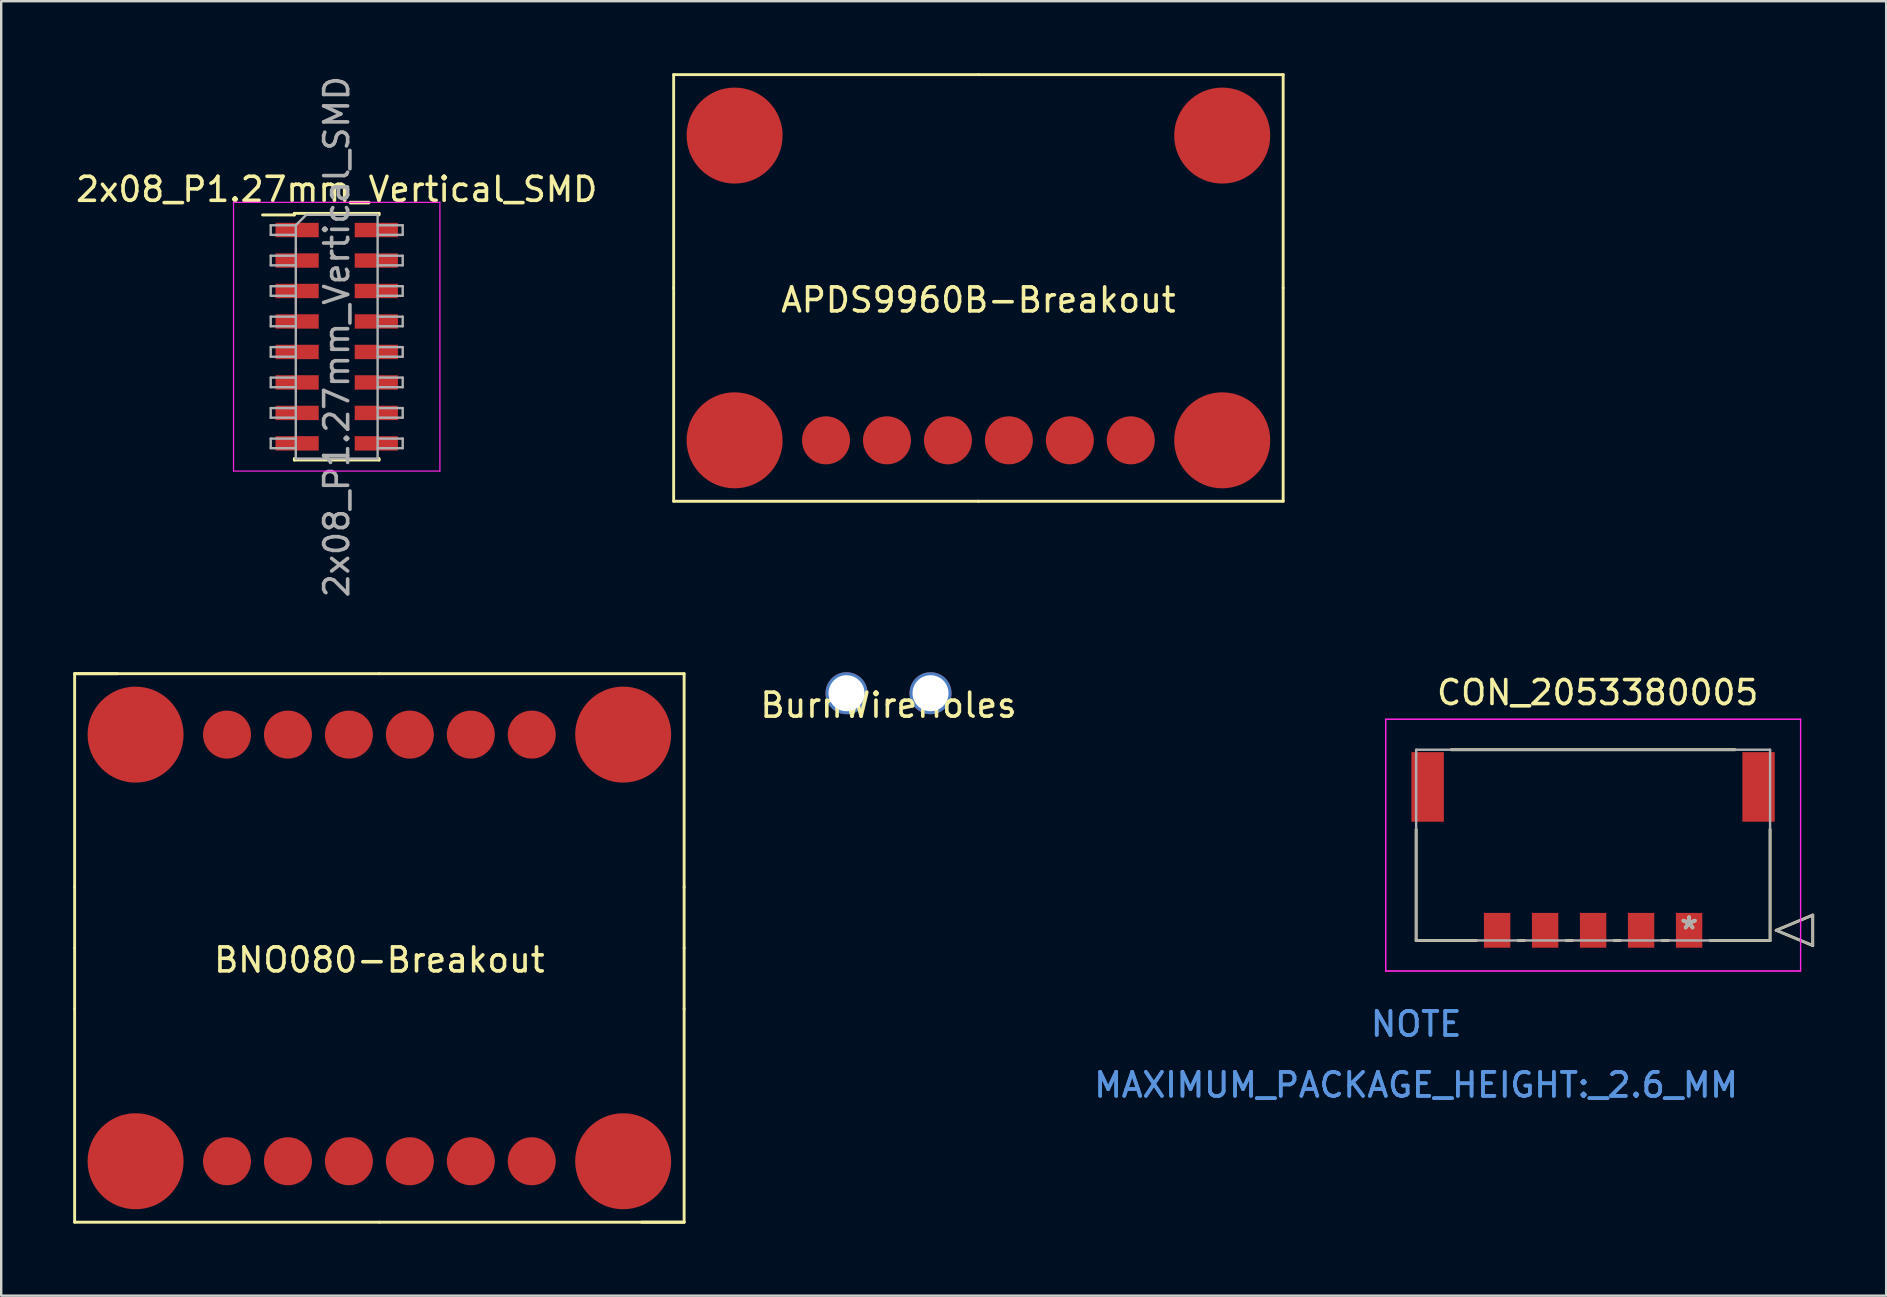
<source format=kicad_pcb>
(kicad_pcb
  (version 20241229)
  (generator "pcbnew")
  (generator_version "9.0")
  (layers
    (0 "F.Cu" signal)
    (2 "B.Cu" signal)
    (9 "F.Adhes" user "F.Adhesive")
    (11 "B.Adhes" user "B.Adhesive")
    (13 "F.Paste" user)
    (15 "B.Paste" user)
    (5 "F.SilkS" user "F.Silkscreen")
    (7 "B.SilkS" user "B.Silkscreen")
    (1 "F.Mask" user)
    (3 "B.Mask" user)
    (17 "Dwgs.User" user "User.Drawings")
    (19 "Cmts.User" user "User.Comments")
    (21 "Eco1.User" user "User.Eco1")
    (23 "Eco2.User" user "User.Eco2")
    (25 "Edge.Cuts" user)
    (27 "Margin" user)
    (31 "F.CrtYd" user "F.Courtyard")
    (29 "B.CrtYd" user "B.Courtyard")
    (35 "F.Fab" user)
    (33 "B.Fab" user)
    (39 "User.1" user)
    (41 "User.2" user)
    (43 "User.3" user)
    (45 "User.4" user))
  (footprint "BurnWireHoles"
    (layer "F.Cu")
    (at 33.978 25.839)
    (property "Reference" "BurnWireHoles" (at 0 0.5 0) (layer "F.SilkS") (effects (font (size 1 1) (thickness 0.15))))
    (attr through_hole)
    (pad "1" thru_hole circle (at 1.75 0 270) (size 1.75 1.75) (drill 1.5) (layers "*.Cu" "*.Mask"))
    (pad "2" thru_hole circle (at -1.75 0 270) (size 1.75 1.75) (drill 1.5) (layers "*.Cu" "*.Mask")))
  (footprint "CON_2053380005"
    (layer "F.Cu")
    (at 67.341 35.719)
    (property "Reference" "CON_2053380005" (at -3.81 -9.906 0) (layer "F.SilkS") (effects (font (size 1 1) (thickness 0.15))))
    (attr through_hole)
    (fp_line (start -11.375 -4.205) (end -11.375 0.425) (stroke (width 0.12) (type solid)) (layer "F.SilkS"))
    (fp_line (start -11.375 0.425) (end -8.87 0.425) (stroke (width 0.12) (type solid)) (layer "F.SilkS"))
    (fp_line (start -7.13 0.425) (end -6.87 0.425) (stroke (width 0.12) (type solid)) (layer "F.SilkS"))
    (fp_line (start -5.13 0.425) (end -4.87 0.425) (stroke (width 0.12) (type solid)) (layer "F.SilkS"))
    (fp_line (start -3.13 0.425) (end -2.87 0.425) (stroke (width 0.12) (type solid)) (layer "F.SilkS"))
    (fp_line (start -1.13 0.425) (end -0.87 0.425) (stroke (width 0.12) (type solid)) (layer "F.SilkS"))
    (fp_line (start 0.87 0.425) (end 3.375 0.425) (stroke (width 0.12) (type solid)) (layer "F.SilkS"))
    (fp_line (start 1.916 -7.525) (end -9.916 -7.525) (stroke (width 0.12) (type solid)) (layer "F.SilkS"))
    (fp_line (start 3.375 0.425) (end 3.375 -4.205) (stroke (width 0.12) (type solid)) (layer "F.SilkS"))
    (fp_line (start 3.629 0) (end 5.153 -0.635) (stroke (width 0.12) (type solid)) (layer "F.SilkS"))
    (fp_line (start 5.153 -0.635) (end 5.153 0.635) (stroke (width 0.12) (type solid)) (layer "F.SilkS"))
    (fp_line (start 5.153 0.635) (end 3.629 0) (stroke (width 0.12) (type solid)) (layer "F.SilkS"))
    (fp_line (start -12.645 -8.795) (end -12.645 1.695) (stroke (width 0.05) (type solid)) (layer "F.CrtYd"))
    (fp_line (start -12.645 -8.795) (end -12.645 1.695) (stroke (width 0.05) (type solid)) (layer "F.CrtYd"))
    (fp_line (start -12.645 1.695) (end 4.645 1.695) (stroke (width 0.05) (type solid)) (layer "F.CrtYd"))
    (fp_line (start -12.645 1.695) (end 4.645 1.695) (stroke (width 0.05) (type solid)) (layer "F.CrtYd"))
    (fp_line (start 4.645 -8.795) (end -12.645 -8.795) (stroke (width 0.05) (type solid)) (layer "F.CrtYd"))
    (fp_line (start 4.645 -8.795) (end -12.645 -8.795) (stroke (width 0.05) (type solid)) (layer "F.CrtYd"))
    (fp_line (start 4.645 1.695) (end 4.645 -8.795) (stroke (width 0.05) (type solid)) (layer "F.CrtYd"))
    (fp_line (start 4.645 1.695) (end 4.645 -8.795) (stroke (width 0.05) (type solid)) (layer "F.CrtYd"))
    (fp_line (start -11.375 -7.525) (end -11.375 0.425) (stroke (width 0.1) (type solid)) (layer "F.Fab"))
    (fp_line (start -11.375 0.425) (end 3.375 0.425) (stroke (width 0.1) (type solid)) (layer "F.Fab"))
    (fp_line (start 3.375 -7.525) (end -11.375 -7.525) (stroke (width 0.1) (type solid)) (layer "F.Fab"))
    (fp_line (start 3.375 0.425) (end 3.375 -7.525) (stroke (width 0.1) (type solid)) (layer "F.Fab"))
    (fp_line (start 3.629 0) (end 5.153 -0.635) (stroke (width 0.1) (type solid)) (layer "F.Fab"))
    (fp_line (start 5.153 -0.635) (end 5.153 0.635) (stroke (width 0.1) (type solid)) (layer "F.Fab"))
    (fp_line (start 5.153 0.635) (end 3.629 0) (stroke (width 0.1) (type solid)) (layer "F.Fab"))
    (fp_text user "*" (at 0 0 0) (layer "F.SilkS") (effects (font (size 1 1) (thickness 0.15))))
    (fp_text user "MAXIMUM_PACKAGE_HEIGHT:_2.6_MM" (at -11.375 6.445 0) (layer "Cmts.User") (effects (font (size 1 1) (thickness 0.15))))
    (fp_text user "MAXIMUM_PACKAGE_HEIGHT:_2.6_MM" (at -11.375 6.445 0) (layer "Cmts.User") (effects (font (size 1 1) (thickness 0.15))))
    (fp_text user "NOTE" (at -11.375 3.905 0) (layer "Cmts.User") (effects (font (size 1 1) (thickness 0.15))))
    (fp_text user "NOTE" (at -11.375 3.905 0) (layer "Cmts.User") (effects (font (size 1 1) (thickness 0.15))))
    (fp_text user "Copyright 2021 Accelerated Designs. All rights reserved." (at 0 0 0) (layer "Cmts.User") (effects (font (size 0.127 0.127) (thickness 0.002))))
    (fp_text user "*" (at 0 0 0) (layer "F.Fab") (effects (font (size 1 1) (thickness 0.15))))
    (pad "1" smd rect (at 0 0) (size 1.1 1.45) (layers "F.Cu" "F.Mask" "F.Paste"))
    (pad "2" smd rect (at -2 0) (size 1.1 1.45) (layers "F.Cu" "F.Mask" "F.Paste"))
    (pad "3" smd rect (at -4 0) (size 1.1 1.45) (layers "F.Cu" "F.Mask" "F.Paste"))
    (pad "4" smd rect (at -6 0) (size 1.1 1.45) (layers "F.Cu" "F.Mask" "F.Paste"))
    (pad "5" smd rect (at -8 0) (size 1.1 1.45) (layers "F.Cu" "F.Mask" "F.Paste"))
    (pad "6" smd rect (at 2.895 -5.975) (size 1.35 2.9) (layers "F.Cu" "F.Mask" "F.Paste"))
    (pad "7" smd rect (at -10.895 -5.975) (size 1.35 2.9) (layers "F.Cu" "F.Mask" "F.Paste")))
  (footprint "APDS9960B-Breakout"
    (layer "F.Cu")
    (at 37.724 8.95)
    (property "Reference" "APDS9960B-Breakout" (at 0 0.5 0) (layer "F.SilkS") (effects (font (size 1 1) (thickness 0.15))))
    (attr through_hole)
    (fp_line (start -12.7 0) (end -12.7 -8.89) (stroke (width 0.12) (type solid)) (layer "F.SilkS"))
    (fp_line (start -12.7 0) (end -12.7 8.89) (stroke (width 0.12) (type solid)) (layer "F.SilkS"))
    (fp_line (start 0 -8.89) (end -12.7 -8.89) (stroke (width 0.12) (type solid)) (layer "F.SilkS"))
    (fp_line (start 0 -8.89) (end 12.7 -8.89) (stroke (width 0.12) (type solid)) (layer "F.SilkS"))
    (fp_line (start 0 8.89) (end -12.7 8.89) (stroke (width 0.12) (type solid)) (layer "F.SilkS"))
    (fp_line (start 0 8.89) (end 12.7 8.89) (stroke (width 0.12) (type solid)) (layer "F.SilkS"))
    (fp_line (start 12.7 0) (end 12.7 -8.89) (stroke (width 0.12) (type solid)) (layer "F.SilkS"))
    (fp_line (start 12.7 0) (end 12.7 8.89) (stroke (width 0.12) (type solid)) (layer "F.SilkS"))
    (pad "1" smd circle (at -6.35 6.35) (size 2 2) (layers "F.Cu" "F.Mask" "F.Paste"))
    (pad "2" smd circle (at -3.81 6.35) (size 2 2) (layers "F.Cu" "F.Mask" "F.Paste"))
    (pad "3" smd circle (at -1.27 6.35) (size 2 2) (layers "F.Cu" "F.Mask" "F.Paste"))
    (pad "4" smd circle (at 1.27 6.35) (size 2 2) (layers "F.Cu" "F.Mask" "F.Paste"))
    (pad "5" smd circle (at 3.81 6.35) (size 2 2) (layers "F.Cu" "F.Mask" "F.Paste"))
    (pad "6" smd circle (at 6.35 6.35) (size 2 2) (layers "F.Cu" "F.Mask" "F.Paste"))
    (pad "7" smd circle (at -10.16 -6.35 180) (size 4 4) (layers "F.Cu" "F.Mask" "F.Paste"))
    (pad "8" smd circle (at 10.16 -6.35 180) (size 4 4) (layers "F.Cu" "F.Mask" "F.Paste"))
    (pad "9" smd circle (at -10.16 6.35) (size 4 4) (layers "F.Cu" "F.Mask" "F.Paste"))
    (pad "10" smd circle (at 10.16 6.35) (size 4 4) (layers "F.Cu" "F.Mask" "F.Paste")))
  (footprint "BNO080-Breakout"
    (layer "F.Cu")
    (at 12.76 36.454)
    (property "Reference" "BNO080-Breakout" (at 0 0.5 0) (layer "F.SilkS") (effects (font (size 1 1) (thickness 0.15))))
    (attr through_hole)
    (fp_line (start -12.7 -11.43) (end -10.922 -11.43) (stroke (width 0.12) (type solid)) (layer "F.SilkS"))
    (fp_line (start -12.7 -2.54) (end -12.7 -11.43) (stroke (width 0.12) (type solid)) (layer "F.SilkS"))
    (fp_line (start -12.7 -2.54) (end -12.7 0) (stroke (width 0.12) (type solid)) (layer "F.SilkS"))
    (fp_line (start -12.7 2.54) (end -12.7 0) (stroke (width 0.12) (type solid)) (layer "F.SilkS"))
    (fp_line (start -12.7 2.54) (end -12.7 11.43) (stroke (width 0.12) (type solid)) (layer "F.SilkS"))
    (fp_line (start 0 -11.43) (end -12.7 -11.43) (stroke (width 0.12) (type solid)) (layer "F.SilkS"))
    (fp_line (start 0 -11.43) (end 12.7 -11.43) (stroke (width 0.12) (type solid)) (layer "F.SilkS"))
    (fp_line (start 0 11.43) (end -12.7 11.43) (stroke (width 0.12) (type solid)) (layer "F.SilkS"))
    (fp_line (start 0 11.43) (end 12.7 11.43) (stroke (width 0.12) (type solid)) (layer "F.SilkS"))
    (fp_line (start 12.7 -2.54) (end 12.7 -11.43) (stroke (width 0.12) (type solid)) (layer "F.SilkS"))
    (fp_line (start 12.7 -2.54) (end 12.7 0) (stroke (width 0.12) (type solid)) (layer "F.SilkS"))
    (fp_line (start 12.7 2.54) (end 12.7 0) (stroke (width 0.12) (type solid)) (layer "F.SilkS"))
    (fp_line (start 12.7 2.54) (end 12.7 11.43) (stroke (width 0.12) (type solid)) (layer "F.SilkS"))
    (fp_line (start 12.7 11.43) (end 10.922 11.43) (stroke (width 0.12) (type solid)) (layer "F.SilkS"))
    (pad "1" smd circle (at -6.35 8.89) (size 2 2) (layers "F.Cu" "F.Mask" "F.Paste"))
    (pad "2" smd circle (at -3.81 8.89) (size 2 2) (layers "F.Cu" "F.Mask" "F.Paste"))
    (pad "3" smd circle (at -1.27 8.89) (size 2 2) (layers "F.Cu" "F.Mask" "F.Paste"))
    (pad "4" smd circle (at 1.27 8.89) (size 2 2) (layers "F.Cu" "F.Mask" "F.Paste"))
    (pad "5" smd circle (at 3.81 8.89) (size 2 2) (layers "F.Cu" "F.Mask" "F.Paste"))
    (pad "6" smd circle (at 6.35 8.89) (size 2 2) (layers "F.Cu" "F.Mask" "F.Paste"))
    (pad "7" smd circle (at -6.35 -8.89 180) (size 2 2) (layers "F.Cu" "F.Mask" "F.Paste"))
    (pad "8" smd circle (at -3.81 -8.89 180) (size 2 2) (layers "F.Cu" "F.Mask" "F.Paste"))
    (pad "9" smd circle (at -1.27 -8.89 180) (size 2 2) (layers "F.Cu" "F.Mask" "F.Paste"))
    (pad "10" smd circle (at 1.27 -8.89 180) (size 2 2) (layers "F.Cu" "F.Mask" "F.Paste"))
    (pad "11" smd circle (at 3.81 -8.89 180) (size 2 2) (layers "F.Cu" "F.Mask" "F.Paste"))
    (pad "12" smd circle (at 6.35 -8.89 180) (size 2 2) (layers "F.Cu" "F.Mask" "F.Paste"))
    (pad "13" smd circle (at -10.16 8.89) (size 4 4) (layers "F.Cu" "F.Mask" "F.Paste"))
    (pad "14" smd circle (at 10.16 8.89) (size 4 4) (layers "F.Cu" "F.Mask" "F.Paste"))
    (pad "15" smd circle (at -10.16 -8.89 180) (size 4 4) (layers "F.Cu" "F.Mask" "F.Paste"))
    (pad "16" smd circle (at 10.16 -8.89 180) (size 4 4) (layers "F.Cu" "F.Mask" "F.Paste")))
  (footprint "2x08_P1.27mm_Vertical_SMD"
    (layer "F.Cu")
    (at 10.982 10.982)
    (property "Reference" "2x08_P1.27mm_Vertical_SMD" (at 0 -6.14 0) (layer "F.SilkS") (effects (font (size 1 1) (thickness 0.15))))
    (attr smd)
    (fp_line (start -3.09 -5.075) (end -1.765 -5.075) (stroke (width 0.12) (type solid)) (layer "F.SilkS"))
    (fp_line (start -1.765 -5.14) (end -1.765 -5.075) (stroke (width 0.12) (type solid)) (layer "F.SilkS"))
    (fp_line (start -1.765 -5.14) (end 1.765 -5.14) (stroke (width 0.12) (type solid)) (layer "F.SilkS"))
    (fp_line (start -1.765 5.075) (end -1.765 5.14) (stroke (width 0.12) (type solid)) (layer "F.SilkS"))
    (fp_line (start -1.765 5.14) (end 1.765 5.14) (stroke (width 0.12) (type solid)) (layer "F.SilkS"))
    (fp_line (start 1.765 -5.14) (end 1.765 -5.075) (stroke (width 0.12) (type solid)) (layer "F.SilkS"))
    (fp_line (start 1.765 5.075) (end 1.765 5.14) (stroke (width 0.12) (type solid)) (layer "F.SilkS"))
    (fp_line (start -4.3 -5.6) (end -4.3 5.6) (stroke (width 0.05) (type solid)) (layer "F.CrtYd"))
    (fp_line (start -4.3 5.6) (end 4.3 5.6) (stroke (width 0.05) (type solid)) (layer "F.CrtYd"))
    (fp_line (start 4.3 -5.6) (end -4.3 -5.6) (stroke (width 0.05) (type solid)) (layer "F.CrtYd"))
    (fp_line (start 4.3 5.6) (end 4.3 -5.6) (stroke (width 0.05) (type solid)) (layer "F.CrtYd"))
    (fp_line (start -2.75 -4.645) (end -2.75 -4.245) (stroke (width 0.1) (type solid)) (layer "F.Fab"))
    (fp_line (start -2.75 -4.245) (end -1.705 -4.245) (stroke (width 0.1) (type solid)) (layer "F.Fab"))
    (fp_line (start -2.75 -3.375) (end -2.75 -2.975) (stroke (width 0.1) (type solid)) (layer "F.Fab"))
    (fp_line (start -2.75 -2.975) (end -1.705 -2.975) (stroke (width 0.1) (type solid)) (layer "F.Fab"))
    (fp_line (start -2.75 -2.105) (end -2.75 -1.705) (stroke (width 0.1) (type solid)) (layer "F.Fab"))
    (fp_line (start -2.75 -1.705) (end -1.705 -1.705) (stroke (width 0.1) (type solid)) (layer "F.Fab"))
    (fp_line (start -2.75 -0.835) (end -2.75 -0.435) (stroke (width 0.1) (type solid)) (layer "F.Fab"))
    (fp_line (start -2.75 -0.435) (end -1.705 -0.435) (stroke (width 0.1) (type solid)) (layer "F.Fab"))
    (fp_line (start -2.75 0.435) (end -2.75 0.835) (stroke (width 0.1) (type solid)) (layer "F.Fab"))
    (fp_line (start -2.75 0.835) (end -1.705 0.835) (stroke (width 0.1) (type solid)) (layer "F.Fab"))
    (fp_line (start -2.75 1.705) (end -2.75 2.105) (stroke (width 0.1) (type solid)) (layer "F.Fab"))
    (fp_line (start -2.75 2.105) (end -1.705 2.105) (stroke (width 0.1) (type solid)) (layer "F.Fab"))
    (fp_line (start -2.75 2.975) (end -2.75 3.375) (stroke (width 0.1) (type solid)) (layer "F.Fab"))
    (fp_line (start -2.75 3.375) (end -1.705 3.375) (stroke (width 0.1) (type solid)) (layer "F.Fab"))
    (fp_line (start -2.75 4.245) (end -2.75 4.645) (stroke (width 0.1) (type solid)) (layer "F.Fab"))
    (fp_line (start -2.75 4.645) (end -1.705 4.645) (stroke (width 0.1) (type solid)) (layer "F.Fab"))
    (fp_line (start -1.705 -4.645) (end -2.75 -4.645) (stroke (width 0.1) (type solid)) (layer "F.Fab"))
    (fp_line (start -1.705 -4.645) (end -1.27 -5.08) (stroke (width 0.1) (type solid)) (layer "F.Fab"))
    (fp_line (start -1.705 -3.375) (end -2.75 -3.375) (stroke (width 0.1) (type solid)) (layer "F.Fab"))
    (fp_line (start -1.705 -2.105) (end -2.75 -2.105) (stroke (width 0.1) (type solid)) (layer "F.Fab"))
    (fp_line (start -1.705 -0.835) (end -2.75 -0.835) (stroke (width 0.1) (type solid)) (layer "F.Fab"))
    (fp_line (start -1.705 0.435) (end -2.75 0.435) (stroke (width 0.1) (type solid)) (layer "F.Fab"))
    (fp_line (start -1.705 1.705) (end -2.75 1.705) (stroke (width 0.1) (type solid)) (layer "F.Fab"))
    (fp_line (start -1.705 2.975) (end -2.75 2.975) (stroke (width 0.1) (type solid)) (layer "F.Fab"))
    (fp_line (start -1.705 4.245) (end -2.75 4.245) (stroke (width 0.1) (type solid)) (layer "F.Fab"))
    (fp_line (start -1.705 5.08) (end -1.705 -4.645) (stroke (width 0.1) (type solid)) (layer "F.Fab"))
    (fp_line (start -1.27 -5.08) (end 1.705 -5.08) (stroke (width 0.1) (type solid)) (layer "F.Fab"))
    (fp_line (start 1.705 -5.08) (end 1.705 5.08) (stroke (width 0.1) (type solid)) (layer "F.Fab"))
    (fp_line (start 1.705 -4.645) (end 2.75 -4.645) (stroke (width 0.1) (type solid)) (layer "F.Fab"))
    (fp_line (start 1.705 -3.375) (end 2.75 -3.375) (stroke (width 0.1) (type solid)) (layer "F.Fab"))
    (fp_line (start 1.705 -2.105) (end 2.75 -2.105) (stroke (width 0.1) (type solid)) (layer "F.Fab"))
    (fp_line (start 1.705 -0.835) (end 2.75 -0.835) (stroke (width 0.1) (type solid)) (layer "F.Fab"))
    (fp_line (start 1.705 0.435) (end 2.75 0.435) (stroke (width 0.1) (type solid)) (layer "F.Fab"))
    (fp_line (start 1.705 1.705) (end 2.75 1.705) (stroke (width 0.1) (type solid)) (layer "F.Fab"))
    (fp_line (start 1.705 2.975) (end 2.75 2.975) (stroke (width 0.1) (type solid)) (layer "F.Fab"))
    (fp_line (start 1.705 4.245) (end 2.75 4.245) (stroke (width 0.1) (type solid)) (layer "F.Fab"))
    (fp_line (start 1.705 5.08) (end -1.705 5.08) (stroke (width 0.1) (type solid)) (layer "F.Fab"))
    (fp_line (start 2.75 -4.645) (end 2.75 -4.245) (stroke (width 0.1) (type solid)) (layer "F.Fab"))
    (fp_line (start 2.75 -4.245) (end 1.705 -4.245) (stroke (width 0.1) (type solid)) (layer "F.Fab"))
    (fp_line (start 2.75 -3.375) (end 2.75 -2.975) (stroke (width 0.1) (type solid)) (layer "F.Fab"))
    (fp_line (start 2.75 -2.975) (end 1.705 -2.975) (stroke (width 0.1) (type solid)) (layer "F.Fab"))
    (fp_line (start 2.75 -2.105) (end 2.75 -1.705) (stroke (width 0.1) (type solid)) (layer "F.Fab"))
    (fp_line (start 2.75 -1.705) (end 1.705 -1.705) (stroke (width 0.1) (type solid)) (layer "F.Fab"))
    (fp_line (start 2.75 -0.835) (end 2.75 -0.435) (stroke (width 0.1) (type solid)) (layer "F.Fab"))
    (fp_line (start 2.75 -0.435) (end 1.705 -0.435) (stroke (width 0.1) (type solid)) (layer "F.Fab"))
    (fp_line (start 2.75 0.435) (end 2.75 0.835) (stroke (width 0.1) (type solid)) (layer "F.Fab"))
    (fp_line (start 2.75 0.835) (end 1.705 0.835) (stroke (width 0.1) (type solid)) (layer "F.Fab"))
    (fp_line (start 2.75 1.705) (end 2.75 2.105) (stroke (width 0.1) (type solid)) (layer "F.Fab"))
    (fp_line (start 2.75 2.105) (end 1.705 2.105) (stroke (width 0.1) (type solid)) (layer "F.Fab"))
    (fp_line (start 2.75 2.975) (end 2.75 3.375) (stroke (width 0.1) (type solid)) (layer "F.Fab"))
    (fp_line (start 2.75 3.375) (end 1.705 3.375) (stroke (width 0.1) (type solid)) (layer "F.Fab"))
    (fp_line (start 2.75 4.245) (end 2.75 4.645) (stroke (width 0.1) (type solid)) (layer "F.Fab"))
    (fp_line (start 2.75 4.645) (end 1.705 4.645) (stroke (width 0.1) (type solid)) (layer "F.Fab"))
    (fp_text user "${REFERENCE}" (at 0 0 90) (layer "F.Fab") (effects (font (size 1 1) (thickness 0.15))))
    (pad "1" smd rect (at -1.65 -4.445) (size 1.8 0.6) (layers "F.Cu" "F.Mask" "F.Paste"))
    (pad "2" smd rect (at 1.65 -4.445) (size 1.8 0.6) (layers "F.Cu" "F.Mask" "F.Paste"))
    (pad "3" smd rect (at -1.65 -3.175) (size 1.8 0.6) (layers "F.Cu" "F.Mask" "F.Paste"))
    (pad "4" smd rect (at 1.65 -3.175) (size 1.8 0.6) (layers "F.Cu" "F.Mask" "F.Paste"))
    (pad "5" smd rect (at -1.65 -1.905) (size 1.8 0.6) (layers "F.Cu" "F.Mask" "F.Paste"))
    (pad "6" smd rect (at 1.65 -1.905) (size 1.8 0.6) (layers "F.Cu" "F.Mask" "F.Paste"))
    (pad "7" smd rect (at -1.65 -0.635) (size 1.8 0.6) (layers "F.Cu" "F.Mask" "F.Paste"))
    (pad "8" smd rect (at 1.65 -0.635) (size 1.8 0.6) (layers "F.Cu" "F.Mask" "F.Paste"))
    (pad "9" smd rect (at -1.65 0.635) (size 1.8 0.6) (layers "F.Cu" "F.Mask" "F.Paste"))
    (pad "10" smd rect (at 1.65 0.635) (size 1.8 0.6) (layers "F.Cu" "F.Mask" "F.Paste"))
    (pad "11" smd rect (at -1.65 1.905) (size 1.8 0.6) (layers "F.Cu" "F.Mask" "F.Paste"))
    (pad "12" smd rect (at 1.65 1.905) (size 1.8 0.6) (layers "F.Cu" "F.Mask" "F.Paste"))
    (pad "13" smd rect (at -1.65 3.175) (size 1.8 0.6) (layers "F.Cu" "F.Mask" "F.Paste"))
    (pad "14" smd rect (at 1.65 3.175) (size 1.8 0.6) (layers "F.Cu" "F.Mask" "F.Paste"))
    (pad "15" smd rect (at -1.65 4.445) (size 1.8 0.6) (layers "F.Cu" "F.Mask" "F.Paste"))
    (pad "16" smd rect (at 1.65 4.445) (size 1.8 0.6) (layers "F.Cu" "F.Mask" "F.Paste")))
  (gr_rect
    (start -3 -3)
    (end 75.554 50.944)
    (stroke (width 0.1) (type default))
    (fill no)
    (layer "Edge.Cuts")))
</source>
